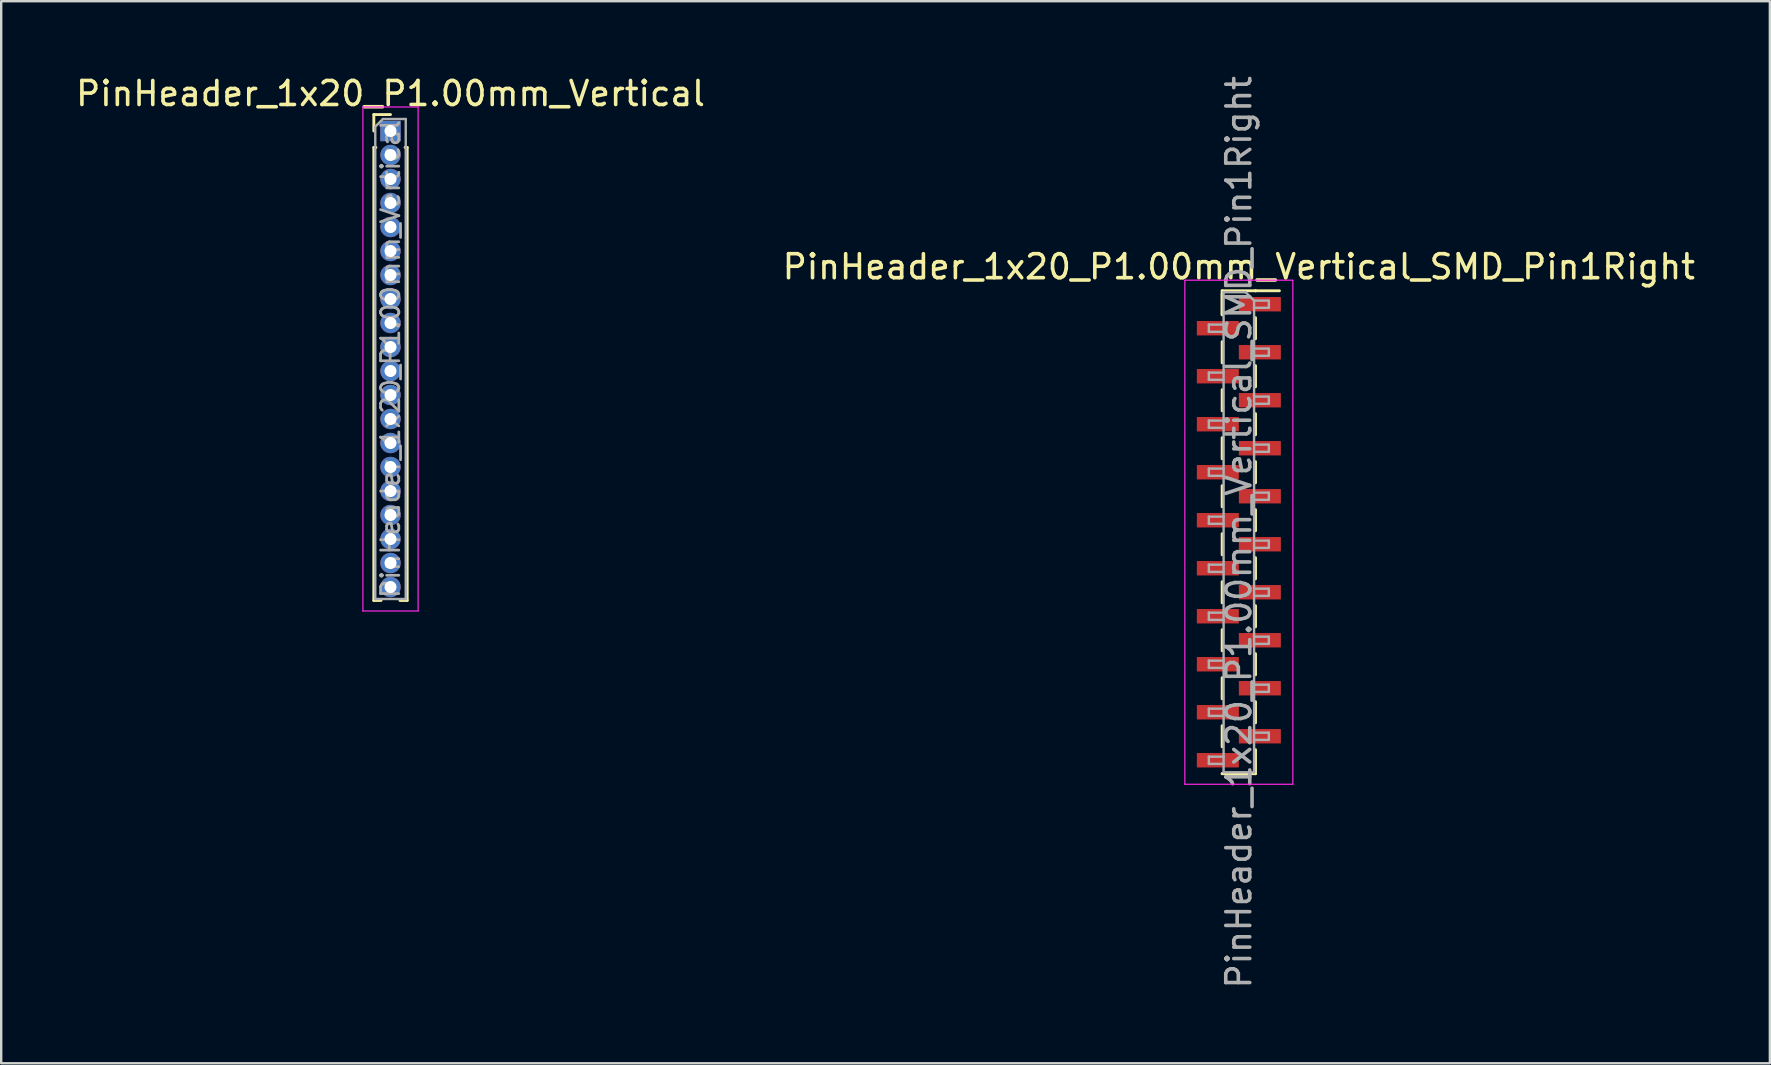
<source format=kicad_pcb>
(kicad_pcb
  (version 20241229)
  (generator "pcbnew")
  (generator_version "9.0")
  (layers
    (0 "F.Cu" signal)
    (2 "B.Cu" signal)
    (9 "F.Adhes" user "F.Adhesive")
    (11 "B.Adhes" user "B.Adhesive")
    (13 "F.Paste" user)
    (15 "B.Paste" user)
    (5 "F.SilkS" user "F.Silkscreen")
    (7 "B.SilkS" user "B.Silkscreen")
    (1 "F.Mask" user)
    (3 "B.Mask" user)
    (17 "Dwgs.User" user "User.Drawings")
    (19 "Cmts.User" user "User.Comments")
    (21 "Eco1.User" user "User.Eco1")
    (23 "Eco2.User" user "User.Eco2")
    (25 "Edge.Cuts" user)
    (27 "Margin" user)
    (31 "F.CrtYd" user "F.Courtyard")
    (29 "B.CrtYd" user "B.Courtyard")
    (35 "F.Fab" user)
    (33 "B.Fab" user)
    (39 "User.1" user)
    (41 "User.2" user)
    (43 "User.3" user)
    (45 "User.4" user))
  (footprint "PinHeader_1x20_P1.00mm_Vertical"
    (layer "F.Cu")
    (at 13.22 2.408)
    (property "Reference" "PinHeader_1x20_P1.00mm_Vertical" (at 0 -1.56 0) (layer "F.SilkS") (effects (font (size 1 1) (thickness 0.15))))
    (attr through_hole)
    (fp_line (start -0.695 -0.685) (end 0 -0.685) (stroke (width 0.12) (type solid)) (layer "F.SilkS"))
    (fp_line (start -0.695 0) (end -0.695 -0.685) (stroke (width 0.12) (type solid)) (layer "F.SilkS"))
    (fp_line (start -0.695 0.685) (end -0.695 19.56) (stroke (width 0.12) (type solid)) (layer "F.SilkS"))
    (fp_line (start -0.695 0.685) (end -0.608 0.685) (stroke (width 0.12) (type solid)) (layer "F.SilkS"))
    (fp_line (start -0.695 19.56) (end -0.394 19.56) (stroke (width 0.12) (type solid)) (layer "F.SilkS"))
    (fp_line (start 0.394 19.56) (end 0.695 19.56) (stroke (width 0.12) (type solid)) (layer "F.SilkS"))
    (fp_line (start 0.608 0.685) (end 0.695 0.685) (stroke (width 0.12) (type solid)) (layer "F.SilkS"))
    (fp_line (start 0.695 0.685) (end 0.695 19.56) (stroke (width 0.12) (type solid)) (layer "F.SilkS"))
    (fp_line (start -1.15 -1) (end -1.15 20) (stroke (width 0.05) (type solid)) (layer "F.CrtYd"))
    (fp_line (start -1.15 20) (end 1.15 20) (stroke (width 0.05) (type solid)) (layer "F.CrtYd"))
    (fp_line (start 1.15 -1) (end -1.15 -1) (stroke (width 0.05) (type solid)) (layer "F.CrtYd"))
    (fp_line (start 1.15 20) (end 1.15 -1) (stroke (width 0.05) (type solid)) (layer "F.CrtYd"))
    (fp_line (start -0.635 -0.182) (end -0.318 -0.5) (stroke (width 0.1) (type solid)) (layer "F.Fab"))
    (fp_line (start -0.635 19.5) (end -0.635 -0.182) (stroke (width 0.1) (type solid)) (layer "F.Fab"))
    (fp_line (start -0.318 -0.5) (end 0.635 -0.5) (stroke (width 0.1) (type solid)) (layer "F.Fab"))
    (fp_line (start 0.635 -0.5) (end 0.635 19.5) (stroke (width 0.1) (type solid)) (layer "F.Fab"))
    (fp_line (start 0.635 19.5) (end -0.635 19.5) (stroke (width 0.1) (type solid)) (layer "F.Fab"))
    (fp_text user "${REFERENCE}" (at 0 9.5 90) (layer "F.Fab") (effects (font (size 0.76 0.76) (thickness 0.114))))
    (pad "1" thru_hole rect (at 0 0) (size 0.85 0.85) (drill 0.5) (layers "*.Cu" "*.Mask"))
    (pad "2" thru_hole oval (at 0 1) (size 0.85 0.85) (drill 0.5) (layers "*.Cu" "*.Mask"))
    (pad "3" thru_hole oval (at 0 2) (size 0.85 0.85) (drill 0.5) (layers "*.Cu" "*.Mask"))
    (pad "4" thru_hole oval (at 0 3) (size 0.85 0.85) (drill 0.5) (layers "*.Cu" "*.Mask"))
    (pad "5" thru_hole oval (at 0 4) (size 0.85 0.85) (drill 0.5) (layers "*.Cu" "*.Mask"))
    (pad "6" thru_hole oval (at 0 5) (size 0.85 0.85) (drill 0.5) (layers "*.Cu" "*.Mask"))
    (pad "7" thru_hole oval (at 0 6) (size 0.85 0.85) (drill 0.5) (layers "*.Cu" "*.Mask"))
    (pad "8" thru_hole oval (at 0 7) (size 0.85 0.85) (drill 0.5) (layers "*.Cu" "*.Mask"))
    (pad "9" thru_hole oval (at 0 8) (size 0.85 0.85) (drill 0.5) (layers "*.Cu" "*.Mask"))
    (pad "10" thru_hole oval (at 0 9) (size 0.85 0.85) (drill 0.5) (layers "*.Cu" "*.Mask"))
    (pad "11" thru_hole oval (at 0 10) (size 0.85 0.85) (drill 0.5) (layers "*.Cu" "*.Mask"))
    (pad "12" thru_hole oval (at 0 11) (size 0.85 0.85) (drill 0.5) (layers "*.Cu" "*.Mask"))
    (pad "13" thru_hole oval (at 0 12) (size 0.85 0.85) (drill 0.5) (layers "*.Cu" "*.Mask"))
    (pad "14" thru_hole oval (at 0 13) (size 0.85 0.85) (drill 0.5) (layers "*.Cu" "*.Mask"))
    (pad "15" thru_hole oval (at 0 14) (size 0.85 0.85) (drill 0.5) (layers "*.Cu" "*.Mask"))
    (pad "16" thru_hole oval (at 0 15) (size 0.85 0.85) (drill 0.5) (layers "*.Cu" "*.Mask"))
    (pad "17" thru_hole oval (at 0 16) (size 0.85 0.85) (drill 0.5) (layers "*.Cu" "*.Mask"))
    (pad "18" thru_hole oval (at 0 17) (size 0.85 0.85) (drill 0.5) (layers "*.Cu" "*.Mask"))
    (pad "19" thru_hole oval (at 0 18) (size 0.85 0.85) (drill 0.5) (layers "*.Cu" "*.Mask"))
    (pad "20" thru_hole oval (at 0 19) (size 0.85 0.85) (drill 0.5) (layers "*.Cu" "*.Mask")))
  (footprint "PinHeader_1x20_P1.00mm_Vertical_SMD_Pin1Right"
    (layer "F.Cu")
    (at 48.565 19.125)
    (property "Reference" "PinHeader_1x20_P1.00mm_Vertical_SMD_Pin1Right" (at 0 -11.06 0) (layer "F.SilkS") (effects (font (size 1 1) (thickness 0.15))))
    (attr smd)
    (fp_line (start -0.695 -10.06) (end -0.695 -9.06) (stroke (width 0.12) (type solid)) (layer "F.SilkS"))
    (fp_line (start -0.695 -10.06) (end 0.695 -10.06) (stroke (width 0.12) (type solid)) (layer "F.SilkS"))
    (fp_line (start -0.695 -9.94) (end -0.695 -9.06) (stroke (width 0.12) (type solid)) (layer "F.SilkS"))
    (fp_line (start -0.695 -7.94) (end -0.695 -7.06) (stroke (width 0.12) (type solid)) (layer "F.SilkS"))
    (fp_line (start -0.695 -5.94) (end -0.695 -5.06) (stroke (width 0.12) (type solid)) (layer "F.SilkS"))
    (fp_line (start -0.695 -3.94) (end -0.695 -3.06) (stroke (width 0.12) (type solid)) (layer "F.SilkS"))
    (fp_line (start -0.695 -1.94) (end -0.695 -1.06) (stroke (width 0.12) (type solid)) (layer "F.SilkS"))
    (fp_line (start -0.695 0.06) (end -0.695 0.94) (stroke (width 0.12) (type solid)) (layer "F.SilkS"))
    (fp_line (start -0.695 2.06) (end -0.695 2.94) (stroke (width 0.12) (type solid)) (layer "F.SilkS"))
    (fp_line (start -0.695 4.06) (end -0.695 4.94) (stroke (width 0.12) (type solid)) (layer "F.SilkS"))
    (fp_line (start -0.695 6.06) (end -0.695 6.94) (stroke (width 0.12) (type solid)) (layer "F.SilkS"))
    (fp_line (start -0.695 8.06) (end -0.695 8.94) (stroke (width 0.12) (type solid)) (layer "F.SilkS"))
    (fp_line (start -0.695 10.06) (end -0.695 10.06) (stroke (width 0.12) (type solid)) (layer "F.SilkS"))
    (fp_line (start -0.695 10.06) (end 0.695 10.06) (stroke (width 0.12) (type solid)) (layer "F.SilkS"))
    (fp_line (start 0.695 -10.06) (end 0.695 -10.06) (stroke (width 0.12) (type solid)) (layer "F.SilkS"))
    (fp_line (start 0.695 -10.06) (end 1.69 -10.06) (stroke (width 0.12) (type solid)) (layer "F.SilkS"))
    (fp_line (start 0.695 -8.94) (end 0.695 -8.06) (stroke (width 0.12) (type solid)) (layer "F.SilkS"))
    (fp_line (start 0.695 -6.94) (end 0.695 -6.06) (stroke (width 0.12) (type solid)) (layer "F.SilkS"))
    (fp_line (start 0.695 -4.94) (end 0.695 -4.06) (stroke (width 0.12) (type solid)) (layer "F.SilkS"))
    (fp_line (start 0.695 -2.94) (end 0.695 -2.06) (stroke (width 0.12) (type solid)) (layer "F.SilkS"))
    (fp_line (start 0.695 -0.94) (end 0.695 -0.06) (stroke (width 0.12) (type solid)) (layer "F.SilkS"))
    (fp_line (start 0.695 1.06) (end 0.695 1.94) (stroke (width 0.12) (type solid)) (layer "F.SilkS"))
    (fp_line (start 0.695 3.06) (end 0.695 3.94) (stroke (width 0.12) (type solid)) (layer "F.SilkS"))
    (fp_line (start 0.695 5.06) (end 0.695 5.94) (stroke (width 0.12) (type solid)) (layer "F.SilkS"))
    (fp_line (start 0.695 7.06) (end 0.695 7.94) (stroke (width 0.12) (type solid)) (layer "F.SilkS"))
    (fp_line (start 0.695 9.06) (end 0.695 10.06) (stroke (width 0.12) (type solid)) (layer "F.SilkS"))
    (fp_line (start -2.25 -10.5) (end -2.25 10.5) (stroke (width 0.05) (type solid)) (layer "F.CrtYd"))
    (fp_line (start -2.25 10.5) (end 2.25 10.5) (stroke (width 0.05) (type solid)) (layer "F.CrtYd"))
    (fp_line (start 2.25 -10.5) (end -2.25 -10.5) (stroke (width 0.05) (type solid)) (layer "F.CrtYd"))
    (fp_line (start 2.25 10.5) (end 2.25 -10.5) (stroke (width 0.05) (type solid)) (layer "F.CrtYd"))
    (fp_line (start -1.25 -8.65) (end -1.25 -8.35) (stroke (width 0.1) (type solid)) (layer "F.Fab"))
    (fp_line (start -1.25 -8.35) (end -0.635 -8.35) (stroke (width 0.1) (type solid)) (layer "F.Fab"))
    (fp_line (start -1.25 -6.65) (end -1.25 -6.35) (stroke (width 0.1) (type solid)) (layer "F.Fab"))
    (fp_line (start -1.25 -6.35) (end -0.635 -6.35) (stroke (width 0.1) (type solid)) (layer "F.Fab"))
    (fp_line (start -1.25 -4.65) (end -1.25 -4.35) (stroke (width 0.1) (type solid)) (layer "F.Fab"))
    (fp_line (start -1.25 -4.35) (end -0.635 -4.35) (stroke (width 0.1) (type solid)) (layer "F.Fab"))
    (fp_line (start -1.25 -2.65) (end -1.25 -2.35) (stroke (width 0.1) (type solid)) (layer "F.Fab"))
    (fp_line (start -1.25 -2.35) (end -0.635 -2.35) (stroke (width 0.1) (type solid)) (layer "F.Fab"))
    (fp_line (start -1.25 -0.65) (end -1.25 -0.35) (stroke (width 0.1) (type solid)) (layer "F.Fab"))
    (fp_line (start -1.25 -0.35) (end -0.635 -0.35) (stroke (width 0.1) (type solid)) (layer "F.Fab"))
    (fp_line (start -1.25 1.35) (end -1.25 1.65) (stroke (width 0.1) (type solid)) (layer "F.Fab"))
    (fp_line (start -1.25 1.65) (end -0.635 1.65) (stroke (width 0.1) (type solid)) (layer "F.Fab"))
    (fp_line (start -1.25 3.35) (end -1.25 3.65) (stroke (width 0.1) (type solid)) (layer "F.Fab"))
    (fp_line (start -1.25 3.65) (end -0.635 3.65) (stroke (width 0.1) (type solid)) (layer "F.Fab"))
    (fp_line (start -1.25 5.35) (end -1.25 5.65) (stroke (width 0.1) (type solid)) (layer "F.Fab"))
    (fp_line (start -1.25 5.65) (end -0.635 5.65) (stroke (width 0.1) (type solid)) (layer "F.Fab"))
    (fp_line (start -1.25 7.35) (end -1.25 7.65) (stroke (width 0.1) (type solid)) (layer "F.Fab"))
    (fp_line (start -1.25 7.65) (end -0.635 7.65) (stroke (width 0.1) (type solid)) (layer "F.Fab"))
    (fp_line (start -1.25 9.35) (end -1.25 9.65) (stroke (width 0.1) (type solid)) (layer "F.Fab"))
    (fp_line (start -1.25 9.65) (end -0.635 9.65) (stroke (width 0.1) (type solid)) (layer "F.Fab"))
    (fp_line (start -0.635 -10) (end -0.635 10) (stroke (width 0.1) (type solid)) (layer "F.Fab"))
    (fp_line (start -0.635 -10) (end 0.285 -10) (stroke (width 0.1) (type solid)) (layer "F.Fab"))
    (fp_line (start -0.635 -8.65) (end -1.25 -8.65) (stroke (width 0.1) (type solid)) (layer "F.Fab"))
    (fp_line (start -0.635 -6.65) (end -1.25 -6.65) (stroke (width 0.1) (type solid)) (layer "F.Fab"))
    (fp_line (start -0.635 -4.65) (end -1.25 -4.65) (stroke (width 0.1) (type solid)) (layer "F.Fab"))
    (fp_line (start -0.635 -2.65) (end -1.25 -2.65) (stroke (width 0.1) (type solid)) (layer "F.Fab"))
    (fp_line (start -0.635 -0.65) (end -1.25 -0.65) (stroke (width 0.1) (type solid)) (layer "F.Fab"))
    (fp_line (start -0.635 1.35) (end -1.25 1.35) (stroke (width 0.1) (type solid)) (layer "F.Fab"))
    (fp_line (start -0.635 3.35) (end -1.25 3.35) (stroke (width 0.1) (type solid)) (layer "F.Fab"))
    (fp_line (start -0.635 5.35) (end -1.25 5.35) (stroke (width 0.1) (type solid)) (layer "F.Fab"))
    (fp_line (start -0.635 7.35) (end -1.25 7.35) (stroke (width 0.1) (type solid)) (layer "F.Fab"))
    (fp_line (start -0.635 9.35) (end -1.25 9.35) (stroke (width 0.1) (type solid)) (layer "F.Fab"))
    (fp_line (start 0.635 -9.65) (end 0.285 -10) (stroke (width 0.1) (type solid)) (layer "F.Fab"))
    (fp_line (start 0.635 -9.65) (end 1.25 -9.65) (stroke (width 0.1) (type solid)) (layer "F.Fab"))
    (fp_line (start 0.635 -7.65) (end 1.25 -7.65) (stroke (width 0.1) (type solid)) (layer "F.Fab"))
    (fp_line (start 0.635 -5.65) (end 1.25 -5.65) (stroke (width 0.1) (type solid)) (layer "F.Fab"))
    (fp_line (start 0.635 -3.65) (end 1.25 -3.65) (stroke (width 0.1) (type solid)) (layer "F.Fab"))
    (fp_line (start 0.635 -1.65) (end 1.25 -1.65) (stroke (width 0.1) (type solid)) (layer "F.Fab"))
    (fp_line (start 0.635 0.35) (end 1.25 0.35) (stroke (width 0.1) (type solid)) (layer "F.Fab"))
    (fp_line (start 0.635 2.35) (end 1.25 2.35) (stroke (width 0.1) (type solid)) (layer "F.Fab"))
    (fp_line (start 0.635 4.35) (end 1.25 4.35) (stroke (width 0.1) (type solid)) (layer "F.Fab"))
    (fp_line (start 0.635 6.35) (end 1.25 6.35) (stroke (width 0.1) (type solid)) (layer "F.Fab"))
    (fp_line (start 0.635 8.35) (end 1.25 8.35) (stroke (width 0.1) (type solid)) (layer "F.Fab"))
    (fp_line (start 0.635 10) (end -0.635 10) (stroke (width 0.1) (type solid)) (layer "F.Fab"))
    (fp_line (start 0.635 10) (end 0.635 -9.65) (stroke (width 0.1) (type solid)) (layer "F.Fab"))
    (fp_line (start 1.25 -9.65) (end 1.25 -9.35) (stroke (width 0.1) (type solid)) (layer "F.Fab"))
    (fp_line (start 1.25 -9.35) (end 0.635 -9.35) (stroke (width 0.1) (type solid)) (layer "F.Fab"))
    (fp_line (start 1.25 -7.65) (end 1.25 -7.35) (stroke (width 0.1) (type solid)) (layer "F.Fab"))
    (fp_line (start 1.25 -7.35) (end 0.635 -7.35) (stroke (width 0.1) (type solid)) (layer "F.Fab"))
    (fp_line (start 1.25 -5.65) (end 1.25 -5.35) (stroke (width 0.1) (type solid)) (layer "F.Fab"))
    (fp_line (start 1.25 -5.35) (end 0.635 -5.35) (stroke (width 0.1) (type solid)) (layer "F.Fab"))
    (fp_line (start 1.25 -3.65) (end 1.25 -3.35) (stroke (width 0.1) (type solid)) (layer "F.Fab"))
    (fp_line (start 1.25 -3.35) (end 0.635 -3.35) (stroke (width 0.1) (type solid)) (layer "F.Fab"))
    (fp_line (start 1.25 -1.65) (end 1.25 -1.35) (stroke (width 0.1) (type solid)) (layer "F.Fab"))
    (fp_line (start 1.25 -1.35) (end 0.635 -1.35) (stroke (width 0.1) (type solid)) (layer "F.Fab"))
    (fp_line (start 1.25 0.35) (end 1.25 0.65) (stroke (width 0.1) (type solid)) (layer "F.Fab"))
    (fp_line (start 1.25 0.65) (end 0.635 0.65) (stroke (width 0.1) (type solid)) (layer "F.Fab"))
    (fp_line (start 1.25 2.35) (end 1.25 2.65) (stroke (width 0.1) (type solid)) (layer "F.Fab"))
    (fp_line (start 1.25 2.65) (end 0.635 2.65) (stroke (width 0.1) (type solid)) (layer "F.Fab"))
    (fp_line (start 1.25 4.35) (end 1.25 4.65) (stroke (width 0.1) (type solid)) (layer "F.Fab"))
    (fp_line (start 1.25 4.65) (end 0.635 4.65) (stroke (width 0.1) (type solid)) (layer "F.Fab"))
    (fp_line (start 1.25 6.35) (end 1.25 6.65) (stroke (width 0.1) (type solid)) (layer "F.Fab"))
    (fp_line (start 1.25 6.65) (end 0.635 6.65) (stroke (width 0.1) (type solid)) (layer "F.Fab"))
    (fp_line (start 1.25 8.35) (end 1.25 8.65) (stroke (width 0.1) (type solid)) (layer "F.Fab"))
    (fp_line (start 1.25 8.65) (end 0.635 8.65) (stroke (width 0.1) (type solid)) (layer "F.Fab"))
    (fp_text user "${REFERENCE}" (at 0 0 90) (layer "F.Fab") (effects (font (size 1 1) (thickness 0.15))))
    (pad "1" smd rect (at 0.875 -9.5) (size 1.75 0.6) (layers "F.Cu" "F.Mask" "F.Paste"))
    (pad "2" smd rect (at -0.875 -8.5) (size 1.75 0.6) (layers "F.Cu" "F.Mask" "F.Paste"))
    (pad "3" smd rect (at 0.875 -7.5) (size 1.75 0.6) (layers "F.Cu" "F.Mask" "F.Paste"))
    (pad "4" smd rect (at -0.875 -6.5) (size 1.75 0.6) (layers "F.Cu" "F.Mask" "F.Paste"))
    (pad "5" smd rect (at 0.875 -5.5) (size 1.75 0.6) (layers "F.Cu" "F.Mask" "F.Paste"))
    (pad "6" smd rect (at -0.875 -4.5) (size 1.75 0.6) (layers "F.Cu" "F.Mask" "F.Paste"))
    (pad "7" smd rect (at 0.875 -3.5) (size 1.75 0.6) (layers "F.Cu" "F.Mask" "F.Paste"))
    (pad "8" smd rect (at -0.875 -2.5) (size 1.75 0.6) (layers "F.Cu" "F.Mask" "F.Paste"))
    (pad "9" smd rect (at 0.875 -1.5) (size 1.75 0.6) (layers "F.Cu" "F.Mask" "F.Paste"))
    (pad "10" smd rect (at -0.875 -0.5) (size 1.75 0.6) (layers "F.Cu" "F.Mask" "F.Paste"))
    (pad "11" smd rect (at 0.875 0.5) (size 1.75 0.6) (layers "F.Cu" "F.Mask" "F.Paste"))
    (pad "12" smd rect (at -0.875 1.5) (size 1.75 0.6) (layers "F.Cu" "F.Mask" "F.Paste"))
    (pad "13" smd rect (at 0.875 2.5) (size 1.75 0.6) (layers "F.Cu" "F.Mask" "F.Paste"))
    (pad "14" smd rect (at -0.875 3.5) (size 1.75 0.6) (layers "F.Cu" "F.Mask" "F.Paste"))
    (pad "15" smd rect (at 0.875 4.5) (size 1.75 0.6) (layers "F.Cu" "F.Mask" "F.Paste"))
    (pad "16" smd rect (at -0.875 5.5) (size 1.75 0.6) (layers "F.Cu" "F.Mask" "F.Paste"))
    (pad "17" smd rect (at 0.875 6.5) (size 1.75 0.6) (layers "F.Cu" "F.Mask" "F.Paste"))
    (pad "18" smd rect (at -0.875 7.5) (size 1.75 0.6) (layers "F.Cu" "F.Mask" "F.Paste"))
    (pad "19" smd rect (at 0.875 8.5) (size 1.75 0.6) (layers "F.Cu" "F.Mask" "F.Paste"))
    (pad "20" smd rect (at -0.875 9.5) (size 1.75 0.6) (layers "F.Cu" "F.Mask" "F.Paste")))
  (gr_rect
    (start -3 -3)
    (end 70.69 41.25)
    (stroke (width 0.1) (type default))
    (fill no)
    (layer "Edge.Cuts")))
</source>
